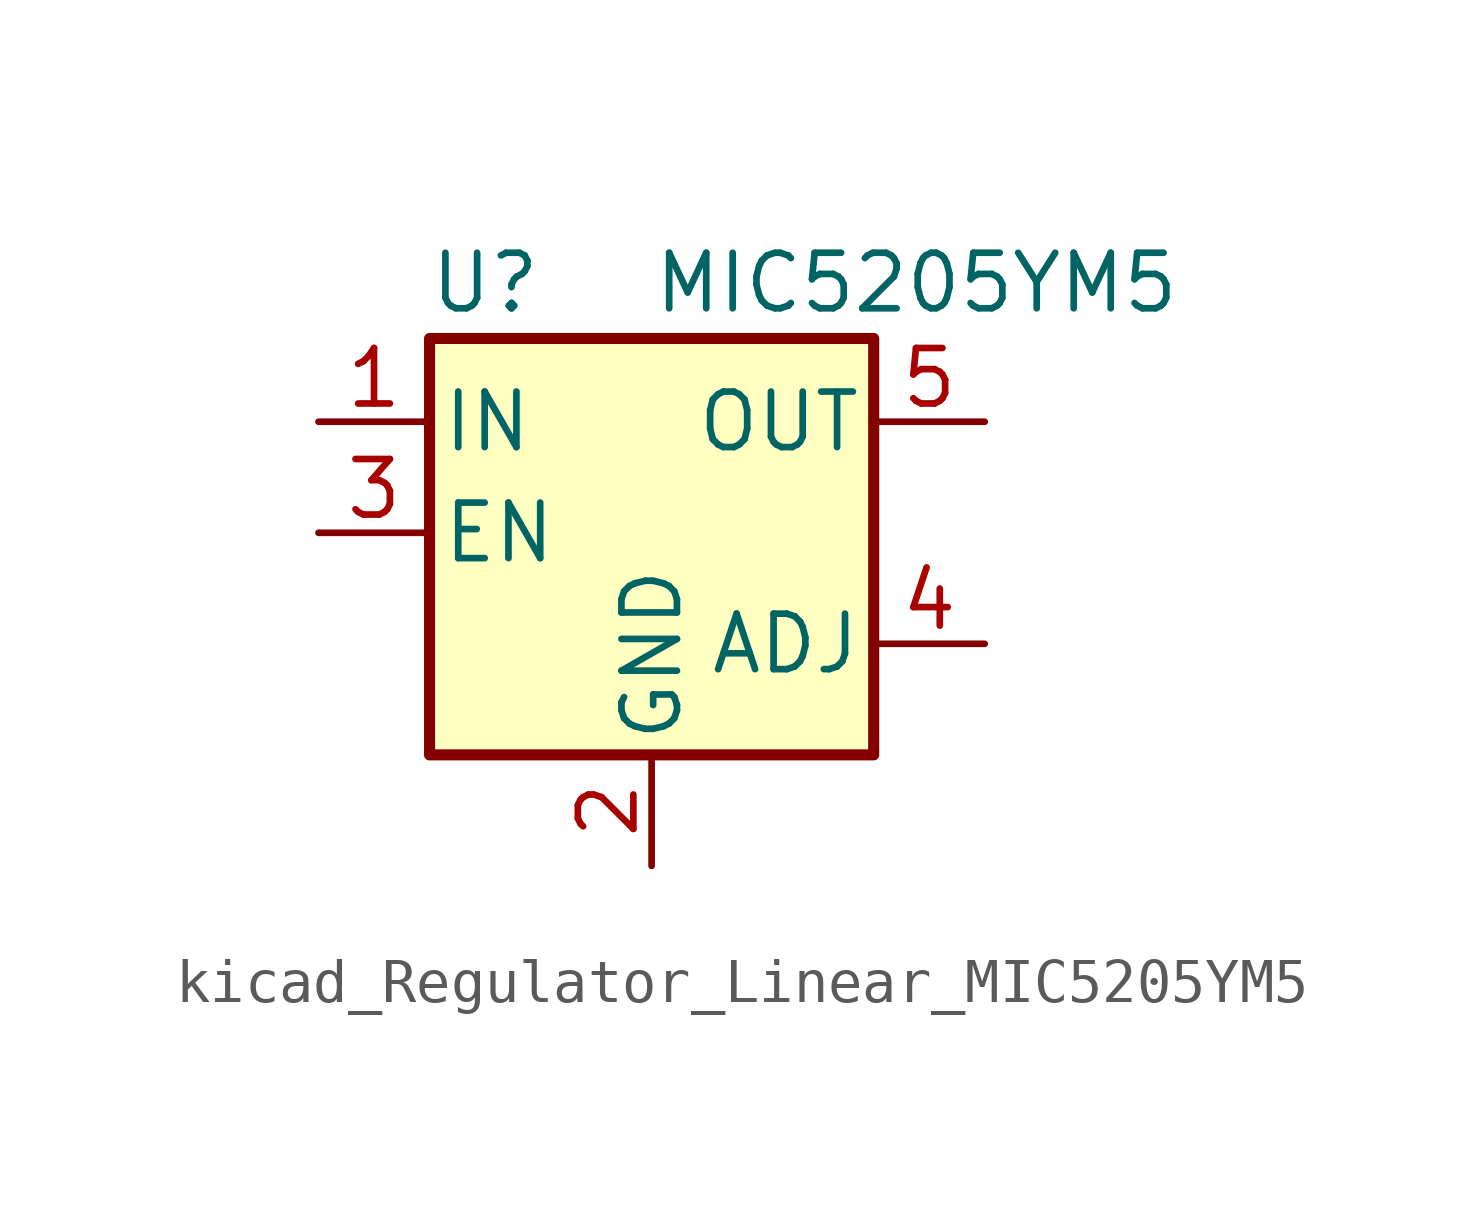
<source format=kicad_sym>
(kicad_symbol_lib
  (version 20220914)
  (generator kicad_symbol_editor)
  (symbol "kicad_Regulator_Linear_MIC5205YM5"
    (pin_names
      (offset 0.254))
    (property "Reference" "U"
      (at -3.81 5.715 0)
      (effects (font (size 1.27 1.27))))
    (property "Value" "MIC5205YM5"
      (at 0 5.715 0)
      (effects (font (size 1.27 1.27)) (justify left)))
    (symbol "kicad_Regulator_Linear_MIC5205YM5_0_1"
      (rectangle (start -5.08 4.445) (end 5.08 -5.08) (stroke (width 0.254) (type default)) (fill (type background))))
    (symbol "kicad_Regulator_Linear_MIC5205YM5_1_1"
      (pin power_in line (at -7.62 2.54 0) (length 2.54) (name "IN" (effects (font (size 1.27 1.27)))) (number "1" (effects (font (size 1.27 1.27)))))
      (pin power_in line (at 0 -7.62 90) (length 2.54) (name "GND" (effects (font (size 1.27 1.27)))) (number "2" (effects (font (size 1.27 1.27)))))
      (pin input line (at -7.62 0 0) (length 2.54) (name "EN" (effects (font (size 1.27 1.27)))) (number "3" (effects (font (size 1.27 1.27)))))
      (pin input line (at 7.62 -2.54 180) (length 2.54) (name "ADJ" (effects (font (size 1.27 1.27)))) (number "4" (effects (font (size 1.27 1.27)))))
      (pin power_out line (at 7.62 2.54 180) (length 2.54) (name "OUT" (effects (font (size 1.27 1.27)))) (number "5" (effects (font (size 1.27 1.27))))))))
</source>
